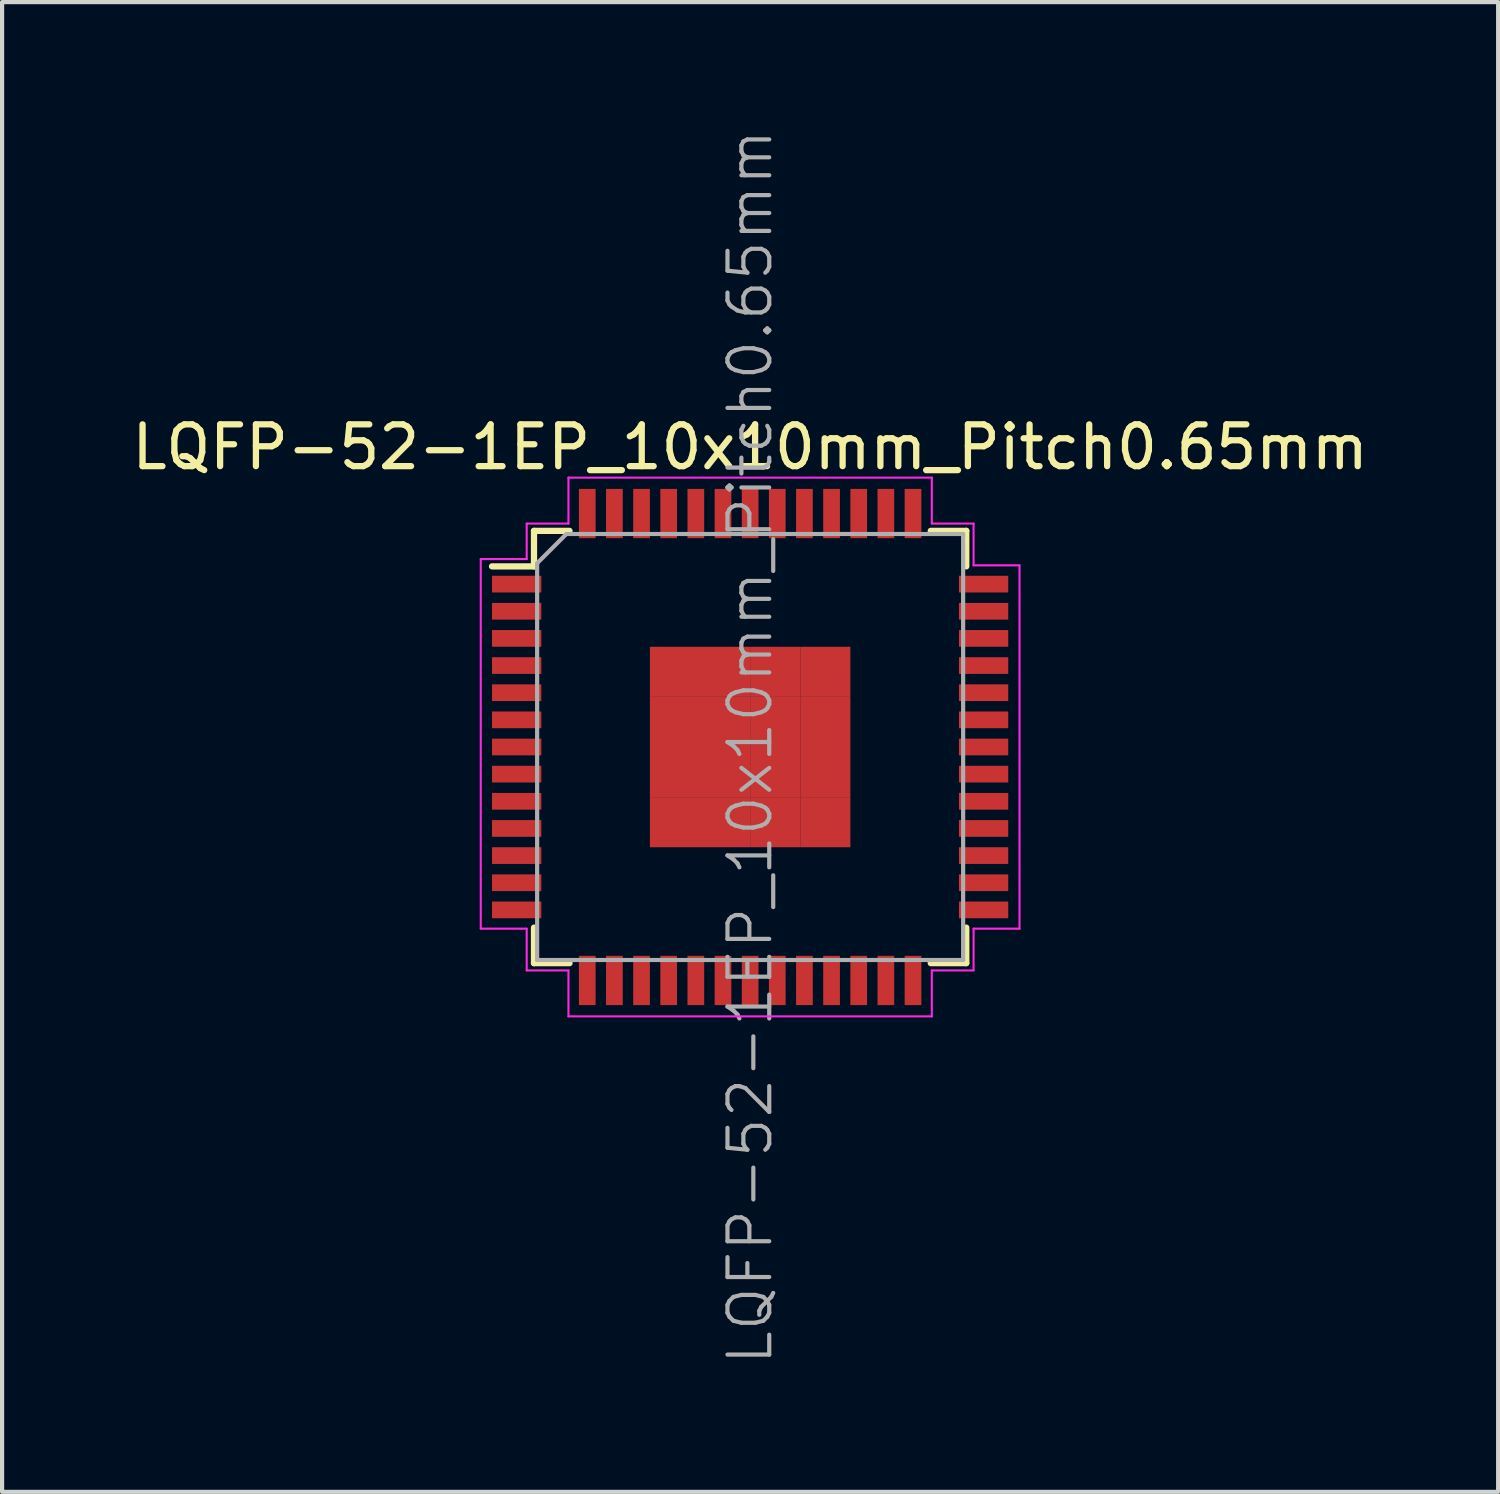
<source format=kicad_pcb>
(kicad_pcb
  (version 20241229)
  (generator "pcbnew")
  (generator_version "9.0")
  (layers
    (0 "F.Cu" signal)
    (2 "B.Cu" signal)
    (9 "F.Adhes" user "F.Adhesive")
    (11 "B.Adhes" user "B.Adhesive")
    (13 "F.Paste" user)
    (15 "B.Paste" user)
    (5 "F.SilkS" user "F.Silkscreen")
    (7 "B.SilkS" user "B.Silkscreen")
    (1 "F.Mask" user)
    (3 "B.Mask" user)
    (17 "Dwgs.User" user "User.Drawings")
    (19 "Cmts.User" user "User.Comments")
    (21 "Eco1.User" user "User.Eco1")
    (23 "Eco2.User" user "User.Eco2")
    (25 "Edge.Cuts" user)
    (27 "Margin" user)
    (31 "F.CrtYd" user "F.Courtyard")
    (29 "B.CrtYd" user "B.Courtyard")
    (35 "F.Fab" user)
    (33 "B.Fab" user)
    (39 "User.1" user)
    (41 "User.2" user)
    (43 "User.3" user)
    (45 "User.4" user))
  (footprint "LQFP-52-1EP_10x10mm_Pitch0.65mm"
    (layer "F.Cu")
    (at 14.911 14.836)
    (property "Reference" "LQFP-52-1EP_10x10mm_Pitch0.65mm" (at 0 -7.18 0) (layer "F.SilkS") (effects (font (size 1 1) (thickness 0.15))))
    (attr smd)
    (fp_line (start -5.175 -5.175) (end -5.175 -4.325) (stroke (width 0.15) (type solid)) (layer "F.SilkS"))
    (fp_line (start -5.175 -5.175) (end -4.325 -5.175) (stroke (width 0.15) (type solid)) (layer "F.SilkS"))
    (fp_line (start -5.175 -4.325) (end -6.18 -4.325) (stroke (width 0.15) (type solid)) (layer "F.SilkS"))
    (fp_line (start -5.175 5.175) (end -5.175 4.325) (stroke (width 0.15) (type solid)) (layer "F.SilkS"))
    (fp_line (start -5.175 5.175) (end -4.325 5.175) (stroke (width 0.15) (type solid)) (layer "F.SilkS"))
    (fp_line (start 5.175 -5.175) (end 4.325 -5.175) (stroke (width 0.15) (type solid)) (layer "F.SilkS"))
    (fp_line (start 5.175 -5.175) (end 5.175 -4.325) (stroke (width 0.15) (type solid)) (layer "F.SilkS"))
    (fp_line (start 5.175 5.175) (end 4.325 5.175) (stroke (width 0.15) (type solid)) (layer "F.SilkS"))
    (fp_line (start 5.175 5.175) (end 5.175 4.325) (stroke (width 0.15) (type solid)) (layer "F.SilkS"))
    (fp_line (start -6.45 -4.5) (end -6.45 4.35) (stroke (width 0.05) (type solid)) (layer "F.CrtYd"))
    (fp_line (start -6.45 -4.5) (end -5.35 -4.5) (stroke (width 0.05) (type solid)) (layer "F.CrtYd"))
    (fp_line (start -6.45 4.35) (end -5.35 4.35) (stroke (width 0.05) (type solid)) (layer "F.CrtYd"))
    (fp_line (start -5.35 -5.35) (end -5.35 -4.5) (stroke (width 0.05) (type solid)) (layer "F.CrtYd"))
    (fp_line (start -5.35 5.35) (end -5.35 4.35) (stroke (width 0.05) (type solid)) (layer "F.CrtYd"))
    (fp_line (start -4.35 -6.45) (end -4.35 -5.35) (stroke (width 0.05) (type solid)) (layer "F.CrtYd"))
    (fp_line (start -4.35 -5.35) (end -5.35 -5.35) (stroke (width 0.05) (type solid)) (layer "F.CrtYd"))
    (fp_line (start -4.35 5.35) (end -5.35 5.35) (stroke (width 0.05) (type solid)) (layer "F.CrtYd"))
    (fp_line (start -4.35 6.45) (end -4.35 5.35) (stroke (width 0.05) (type solid)) (layer "F.CrtYd"))
    (fp_line (start 4.35 -6.45) (end -4.35 -6.45) (stroke (width 0.05) (type solid)) (layer "F.CrtYd"))
    (fp_line (start 4.35 -6.45) (end 4.35 -5.35) (stroke (width 0.05) (type solid)) (layer "F.CrtYd"))
    (fp_line (start 4.35 -5.35) (end 5.35 -5.35) (stroke (width 0.05) (type solid)) (layer "F.CrtYd"))
    (fp_line (start 4.35 5.35) (end 5.35 5.35) (stroke (width 0.05) (type solid)) (layer "F.CrtYd"))
    (fp_line (start 4.35 6.45) (end -4.35 6.45) (stroke (width 0.05) (type solid)) (layer "F.CrtYd"))
    (fp_line (start 4.35 6.45) (end 4.35 5.35) (stroke (width 0.05) (type solid)) (layer "F.CrtYd"))
    (fp_line (start 5.35 -5.35) (end 5.35 -4.35) (stroke (width 0.05) (type solid)) (layer "F.CrtYd"))
    (fp_line (start 5.35 5.35) (end 5.35 4.35) (stroke (width 0.05) (type solid)) (layer "F.CrtYd"))
    (fp_line (start 6.45 -4.35) (end 5.35 -4.35) (stroke (width 0.05) (type solid)) (layer "F.CrtYd"))
    (fp_line (start 6.45 -4.35) (end 6.45 4.35) (stroke (width 0.05) (type solid)) (layer "F.CrtYd"))
    (fp_line (start 6.45 4.35) (end 5.35 4.35) (stroke (width 0.05) (type solid)) (layer "F.CrtYd"))
    (fp_line (start -5.1 -4.4) (end -4.4 -5.1) (stroke (width 0.1) (type solid)) (layer "F.Fab"))
    (fp_line (start -5.1 5.1) (end -5.1 -4.4) (stroke (width 0.1) (type solid)) (layer "F.Fab"))
    (fp_line (start 5.1 -5.1) (end -4.4 -5.1) (stroke (width 0.1) (type solid)) (layer "F.Fab"))
    (fp_line (start 5.1 5.1) (end -5.1 5.1) (stroke (width 0.1) (type solid)) (layer "F.Fab"))
    (fp_line (start 5.1 5.1) (end 5.1 -5.1) (stroke (width 0.1) (type solid)) (layer "F.Fab"))
    (fp_text user "${REFERENCE}" (at 0 0 90) (layer "F.Fab") (effects (font (size 1 1) (thickness 0.1))))
    (pad "1" smd rect (at -5.59 -3.9) (size 1.18 0.4) (layers "F.Cu" "F.Mask" "F.Paste"))
    (pad "2" smd rect (at -5.59 -3.25) (size 1.18 0.4) (layers "F.Cu" "F.Mask" "F.Paste"))
    (pad "3" smd rect (at -5.59 -2.6) (size 1.18 0.4) (layers "F.Cu" "F.Mask" "F.Paste"))
    (pad "4" smd rect (at -5.59 -1.95) (size 1.18 0.4) (layers "F.Cu" "F.Mask" "F.Paste"))
    (pad "5" smd rect (at -5.59 -1.3) (size 1.18 0.4) (layers "F.Cu" "F.Mask" "F.Paste"))
    (pad "6" smd rect (at -5.59 -0.65) (size 1.18 0.4) (layers "F.Cu" "F.Mask" "F.Paste"))
    (pad "7" smd rect (at -5.59 0) (size 1.18 0.4) (layers "F.Cu" "F.Mask" "F.Paste"))
    (pad "8" smd rect (at -5.59 0.65) (size 1.18 0.4) (layers "F.Cu" "F.Mask" "F.Paste"))
    (pad "9" smd rect (at -5.59 1.3) (size 1.18 0.4) (layers "F.Cu" "F.Mask" "F.Paste"))
    (pad "10" smd rect (at -5.59 1.95) (size 1.18 0.4) (layers "F.Cu" "F.Mask" "F.Paste"))
    (pad "11" smd rect (at -5.59 2.6) (size 1.18 0.4) (layers "F.Cu" "F.Mask" "F.Paste"))
    (pad "12" smd rect (at -5.59 3.25) (size 1.18 0.4) (layers "F.Cu" "F.Mask" "F.Paste"))
    (pad "13" smd rect (at -5.59 3.9) (size 1.18 0.4) (layers "F.Cu" "F.Mask" "F.Paste"))
    (pad "14" smd rect (at -3.9 5.59 90) (size 1.18 0.4) (layers "F.Cu" "F.Mask" "F.Paste"))
    (pad "15" smd rect (at -3.25 5.59 90) (size 1.18 0.4) (layers "F.Cu" "F.Mask" "F.Paste"))
    (pad "16" smd rect (at -2.6 5.59 90) (size 1.18 0.4) (layers "F.Cu" "F.Mask" "F.Paste"))
    (pad "17" smd rect (at -1.95 5.59 90) (size 1.18 0.4) (layers "F.Cu" "F.Mask" "F.Paste"))
    (pad "18" smd rect (at -1.3 5.59 90) (size 1.18 0.4) (layers "F.Cu" "F.Mask" "F.Paste"))
    (pad "19" smd rect (at -0.65 5.59 90) (size 1.18 0.4) (layers "F.Cu" "F.Mask" "F.Paste"))
    (pad "20" smd rect (at 0 5.59 90) (size 1.18 0.4) (layers "F.Cu" "F.Mask" "F.Paste"))
    (pad "21" smd rect (at 0.65 5.59 90) (size 1.18 0.4) (layers "F.Cu" "F.Mask" "F.Paste"))
    (pad "22" smd rect (at 1.3 5.59 90) (size 1.18 0.4) (layers "F.Cu" "F.Mask" "F.Paste"))
    (pad "23" smd rect (at 1.95 5.59 90) (size 1.18 0.4) (layers "F.Cu" "F.Mask" "F.Paste"))
    (pad "24" smd rect (at 2.6 5.59 90) (size 1.18 0.4) (layers "F.Cu" "F.Mask" "F.Paste"))
    (pad "25" smd rect (at 3.25 5.59 90) (size 1.18 0.4) (layers "F.Cu" "F.Mask" "F.Paste"))
    (pad "26" smd rect (at 3.9 5.59 90) (size 1.18 0.4) (layers "F.Cu" "F.Mask" "F.Paste"))
    (pad "27" smd rect (at 5.59 3.9) (size 1.18 0.4) (layers "F.Cu" "F.Mask" "F.Paste"))
    (pad "28" smd rect (at 5.59 3.25) (size 1.18 0.4) (layers "F.Cu" "F.Mask" "F.Paste"))
    (pad "29" smd rect (at 5.59 2.6) (size 1.18 0.4) (layers "F.Cu" "F.Mask" "F.Paste"))
    (pad "30" smd rect (at 5.59 1.95) (size 1.18 0.4) (layers "F.Cu" "F.Mask" "F.Paste"))
    (pad "31" smd rect (at 5.59 1.3) (size 1.18 0.4) (layers "F.Cu" "F.Mask" "F.Paste"))
    (pad "32" smd rect (at 5.59 0.65) (size 1.18 0.4) (layers "F.Cu" "F.Mask" "F.Paste"))
    (pad "33" smd rect (at 5.59 0) (size 1.18 0.4) (layers "F.Cu" "F.Mask" "F.Paste"))
    (pad "34" smd rect (at 5.59 -0.65) (size 1.18 0.4) (layers "F.Cu" "F.Mask" "F.Paste"))
    (pad "35" smd rect (at 5.59 -1.3) (size 1.18 0.4) (layers "F.Cu" "F.Mask" "F.Paste"))
    (pad "36" smd rect (at 5.59 -1.95) (size 1.18 0.4) (layers "F.Cu" "F.Mask" "F.Paste"))
    (pad "37" smd rect (at 5.59 -2.6) (size 1.18 0.4) (layers "F.Cu" "F.Mask" "F.Paste"))
    (pad "38" smd rect (at 5.59 -3.25) (size 1.18 0.4) (layers "F.Cu" "F.Mask" "F.Paste"))
    (pad "39" smd rect (at 5.59 -3.9) (size 1.18 0.4) (layers "F.Cu" "F.Mask" "F.Paste"))
    (pad "40" smd rect (at 3.9 -5.59 90) (size 1.18 0.4) (layers "F.Cu" "F.Mask" "F.Paste"))
    (pad "41" smd rect (at 3.25 -5.59 90) (size 1.18 0.4) (layers "F.Cu" "F.Mask" "F.Paste"))
    (pad "42" smd rect (at 2.6 -5.59 90) (size 1.18 0.4) (layers "F.Cu" "F.Mask" "F.Paste"))
    (pad "43" smd rect (at 1.95 -5.59 90) (size 1.18 0.4) (layers "F.Cu" "F.Mask" "F.Paste"))
    (pad "44" smd rect (at 1.3 -5.59 90) (size 1.18 0.4) (layers "F.Cu" "F.Mask" "F.Paste"))
    (pad "45" smd rect (at 0.65 -5.59 90) (size 1.18 0.4) (layers "F.Cu" "F.Mask" "F.Paste"))
    (pad "46" smd rect (at 0 -5.59 90) (size 1.18 0.4) (layers "F.Cu" "F.Mask" "F.Paste"))
    (pad "47" smd rect (at -0.65 -5.59 90) (size 1.18 0.4) (layers "F.Cu" "F.Mask" "F.Paste"))
    (pad "48" smd rect (at -1.3 -5.59 90) (size 1.18 0.4) (layers "F.Cu" "F.Mask" "F.Paste"))
    (pad "49" smd rect (at -1.95 -5.59 90) (size 1.18 0.4) (layers "F.Cu" "F.Mask" "F.Paste"))
    (pad "50" smd rect (at -2.6 -5.59 90) (size 1.18 0.4) (layers "F.Cu" "F.Mask" "F.Paste"))
    (pad "51" smd rect (at -3.25 -5.59 90) (size 1.18 0.4) (layers "F.Cu" "F.Mask" "F.Paste"))
    (pad "52" smd rect (at -3.9 -5.59 90) (size 1.18 0.4) (layers "F.Cu" "F.Mask" "F.Paste"))
    (pad "53" smd rect (at -1.8 -1.8) (size 1.2 1.2) (layers "F.Cu" "F.Mask" "F.Paste"))
    (pad "53" smd rect (at -1.8 -0.6) (size 1.2 1.2) (layers "F.Cu" "F.Mask" "F.Paste"))
    (pad "53" smd rect (at -1.8 0.6) (size 1.2 1.2) (layers "F.Cu" "F.Mask" "F.Paste"))
    (pad "53" smd rect (at -1.8 1.8) (size 1.2 1.2) (layers "F.Cu" "F.Mask" "F.Paste"))
    (pad "53" smd rect (at -0.6 -1.8) (size 1.2 1.2) (layers "F.Cu" "F.Mask" "F.Paste"))
    (pad "53" smd rect (at -0.6 -0.6) (size 1.2 1.2) (layers "F.Cu" "F.Mask" "F.Paste"))
    (pad "53" smd rect (at -0.6 0.6) (size 1.2 1.2) (layers "F.Cu" "F.Mask" "F.Paste"))
    (pad "53" smd rect (at -0.6 1.8) (size 1.2 1.2) (layers "F.Cu" "F.Mask" "F.Paste"))
    (pad "53" smd rect (at 0.6 -1.8) (size 1.2 1.2) (layers "F.Cu" "F.Mask" "F.Paste"))
    (pad "53" smd rect (at 0.6 -0.6) (size 1.2 1.2) (layers "F.Cu" "F.Mask" "F.Paste"))
    (pad "53" smd rect (at 0.6 0.6) (size 1.2 1.2) (layers "F.Cu" "F.Mask" "F.Paste"))
    (pad "53" smd rect (at 0.6 1.8) (size 1.2 1.2) (layers "F.Cu" "F.Mask" "F.Paste"))
    (pad "53" smd rect (at 1.8 -1.8) (size 1.2 1.2) (layers "F.Cu" "F.Mask" "F.Paste"))
    (pad "53" smd rect (at 1.8 -0.6) (size 1.2 1.2) (layers "F.Cu" "F.Mask" "F.Paste"))
    (pad "53" smd rect (at 1.8 0.6) (size 1.2 1.2) (layers "F.Cu" "F.Mask" "F.Paste"))
    (pad "53" smd rect (at 1.8 1.8) (size 1.2 1.2) (layers "F.Cu" "F.Mask" "F.Paste")))
  (gr_rect
    (start -3 -3)
    (end 32.821 32.671)
    (stroke (width 0.1) (type default))
    (fill no)
    (layer "Edge.Cuts")))
</source>
